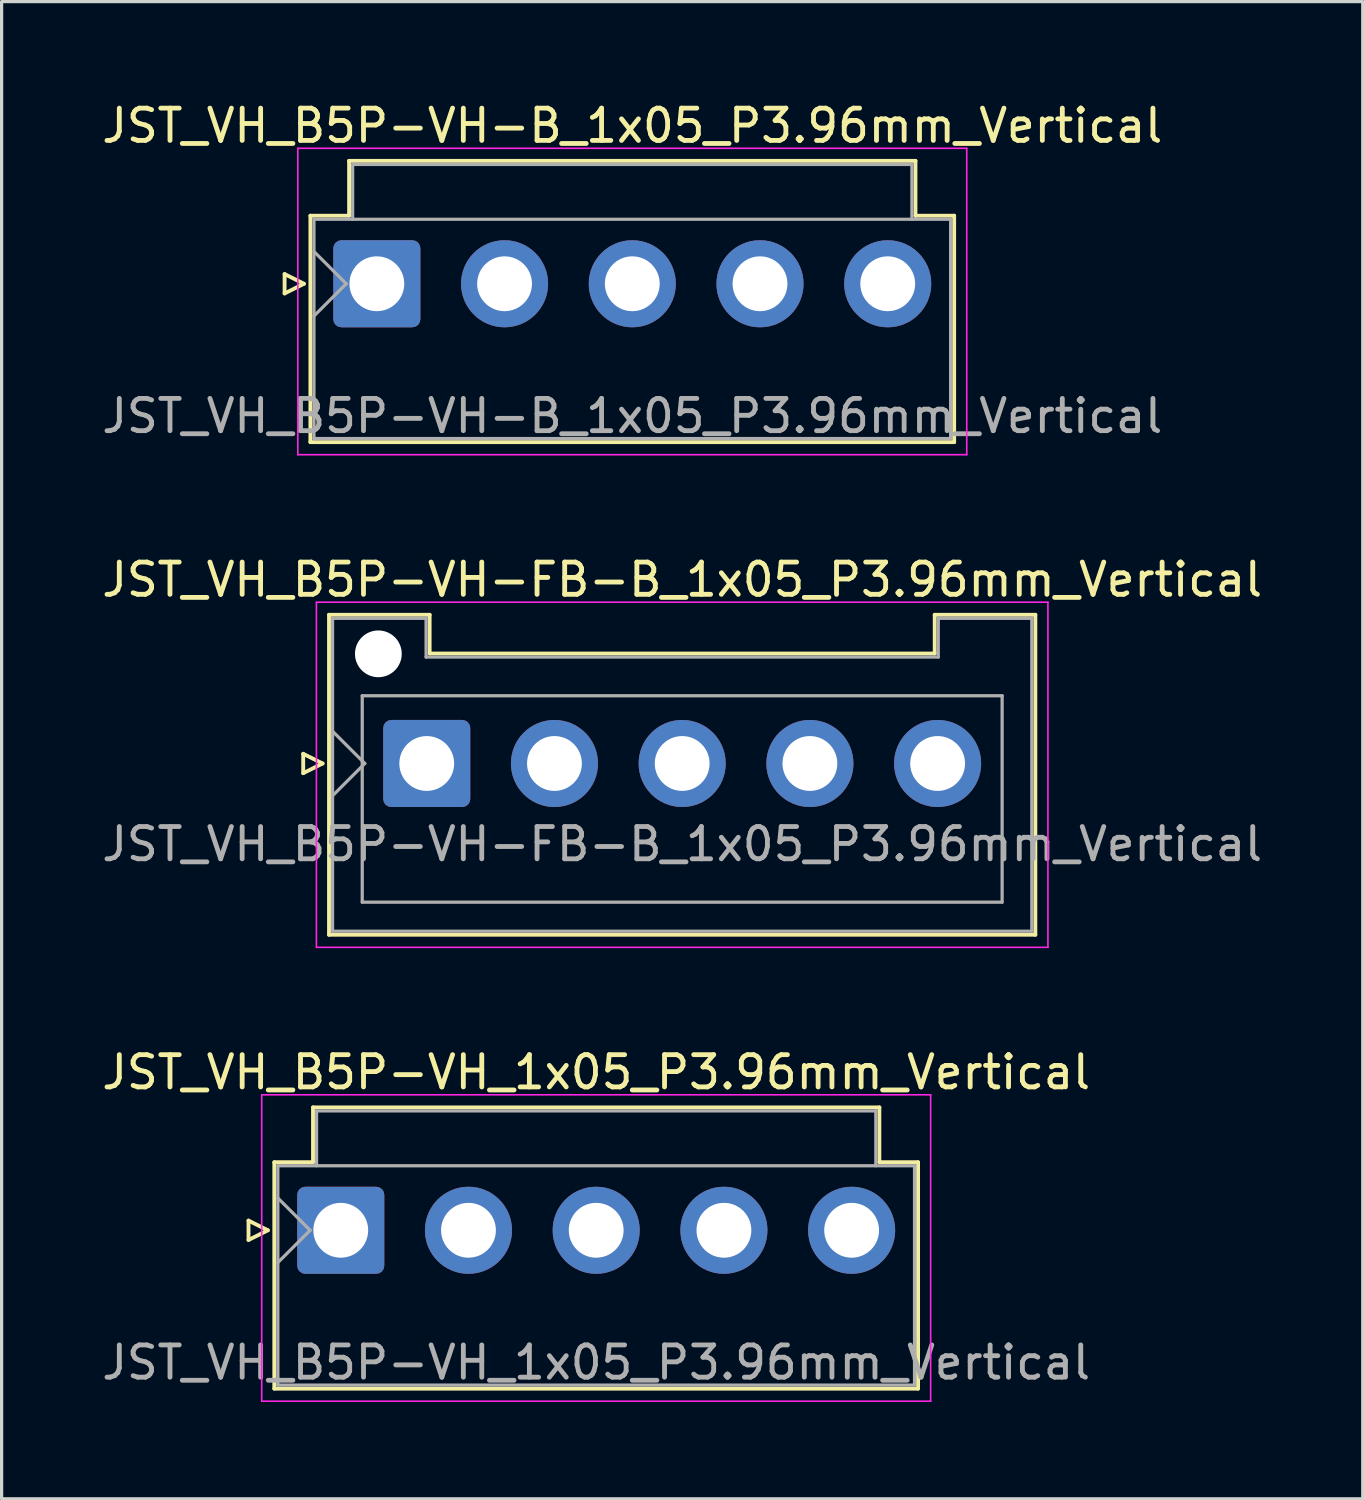
<source format=kicad_pcb>
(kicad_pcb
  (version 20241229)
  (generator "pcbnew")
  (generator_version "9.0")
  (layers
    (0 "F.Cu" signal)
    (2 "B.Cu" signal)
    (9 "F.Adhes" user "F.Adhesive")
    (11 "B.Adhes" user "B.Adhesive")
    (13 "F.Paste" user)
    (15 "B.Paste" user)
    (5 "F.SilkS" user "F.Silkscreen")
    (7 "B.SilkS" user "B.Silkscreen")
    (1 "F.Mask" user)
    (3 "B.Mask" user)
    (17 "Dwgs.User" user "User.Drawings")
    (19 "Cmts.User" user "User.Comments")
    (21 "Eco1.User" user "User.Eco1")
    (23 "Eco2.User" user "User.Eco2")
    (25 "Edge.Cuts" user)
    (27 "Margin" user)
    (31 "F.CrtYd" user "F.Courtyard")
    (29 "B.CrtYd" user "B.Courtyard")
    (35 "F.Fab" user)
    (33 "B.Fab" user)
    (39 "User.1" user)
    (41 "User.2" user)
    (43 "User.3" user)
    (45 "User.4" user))
  (footprint "JST_VH_B5P-VH_1x05_P3.96mm_Vertical"
    (layer "F.Cu")
    (at 7.515 35.095)
    (property "Reference" "JST_VH_B5P-VH_1x05_P3.96mm_Vertical" (at 7.92 -4.9 0) (layer "F.SilkS") (effects (font (size 1 1) (thickness 0.15))))
    (attr through_hole)
    (fp_line (start -2.86 -0.3) (end -2.26 0) (stroke (width 0.12) (type solid)) (layer "F.SilkS"))
    (fp_line (start -2.86 0.3) (end -2.86 -0.3) (stroke (width 0.12) (type solid)) (layer "F.SilkS"))
    (fp_line (start -2.26 0) (end -2.86 0.3) (stroke (width 0.12) (type solid)) (layer "F.SilkS"))
    (fp_line (start -2.06 -2.11) (end -0.86 -2.11) (stroke (width 0.12) (type solid)) (layer "F.SilkS"))
    (fp_line (start -2.06 4.91) (end -2.06 -2.11) (stroke (width 0.12) (type solid)) (layer "F.SilkS"))
    (fp_line (start -0.86 -3.81) (end 16.7 -3.81) (stroke (width 0.12) (type solid)) (layer "F.SilkS"))
    (fp_line (start -0.86 -2.11) (end -0.86 -3.81) (stroke (width 0.12) (type solid)) (layer "F.SilkS"))
    (fp_line (start 16.7 -3.81) (end 16.7 -2.11) (stroke (width 0.12) (type solid)) (layer "F.SilkS"))
    (fp_line (start 16.7 -2.11) (end 17.9 -2.11) (stroke (width 0.12) (type solid)) (layer "F.SilkS"))
    (fp_line (start 17.9 -2.11) (end 17.9 4.91) (stroke (width 0.12) (type solid)) (layer "F.SilkS"))
    (fp_line (start 17.9 4.91) (end -2.06 4.91) (stroke (width 0.12) (type solid)) (layer "F.SilkS"))
    (fp_line (start -2.45 -4.2) (end -2.45 5.3) (stroke (width 0.05) (type solid)) (layer "F.CrtYd"))
    (fp_line (start -2.45 5.3) (end 18.29 5.3) (stroke (width 0.05) (type solid)) (layer "F.CrtYd"))
    (fp_line (start 18.29 -4.2) (end -2.45 -4.2) (stroke (width 0.05) (type solid)) (layer "F.CrtYd"))
    (fp_line (start 18.29 5.3) (end 18.29 -4.2) (stroke (width 0.05) (type solid)) (layer "F.CrtYd"))
    (fp_line (start -1.95 -2) (end -1.95 4.8) (stroke (width 0.1) (type solid)) (layer "F.Fab"))
    (fp_line (start -1.95 -1) (end -0.95 0) (stroke (width 0.1) (type solid)) (layer "F.Fab"))
    (fp_line (start -1.95 1) (end -0.95 0) (stroke (width 0.1) (type solid)) (layer "F.Fab"))
    (fp_line (start -1.95 4.8) (end 17.79 4.8) (stroke (width 0.1) (type solid)) (layer "F.Fab"))
    (fp_line (start -0.75 -3.7) (end 16.59 -3.7) (stroke (width 0.1) (type solid)) (layer "F.Fab"))
    (fp_line (start -0.75 -2) (end -0.75 -3.7) (stroke (width 0.1) (type solid)) (layer "F.Fab"))
    (fp_line (start 16.59 -3.7) (end 16.59 -2) (stroke (width 0.1) (type solid)) (layer "F.Fab"))
    (fp_line (start 17.79 -2) (end -1.95 -2) (stroke (width 0.1) (type solid)) (layer "F.Fab"))
    (fp_line (start 17.79 4.8) (end 17.79 -2) (stroke (width 0.1) (type solid)) (layer "F.Fab"))
    (fp_text user "${REFERENCE}" (at 7.92 4.1 0) (layer "F.Fab") (effects (font (size 1 1) (thickness 0.15))))
    (pad "1" thru_hole roundrect (at 0 0) (size 2.7 2.7) (drill 1.7) (layers "*.Cu" "*.Mask") (roundrect_rratio 0.093))
    (pad "2" thru_hole circle (at 3.96 0) (size 2.7 2.7) (drill 1.7) (layers "*.Cu" "*.Mask"))
    (pad "3" thru_hole circle (at 7.92 0) (size 2.7 2.7) (drill 1.7) (layers "*.Cu" "*.Mask"))
    (pad "4" thru_hole circle (at 11.88 0) (size 2.7 2.7) (drill 1.7) (layers "*.Cu" "*.Mask"))
    (pad "5" thru_hole circle (at 15.84 0) (size 2.7 2.7) (drill 1.7) (layers "*.Cu" "*.Mask")))
  (footprint "JST_VH_B5P-VH-FB-B_1x05_P3.96mm_Vertical"
    (layer "F.Cu")
    (at 10.181 20.622)
    (property "Reference" "JST_VH_B5P-VH-FB-B_1x05_P3.96mm_Vertical" (at 7.92 -5.7 0) (layer "F.SilkS") (effects (font (size 1 1) (thickness 0.15))))
    (attr through_hole)
    (fp_line (start -3.83 -0.3) (end -3.23 0) (stroke (width 0.12) (type solid)) (layer "F.SilkS"))
    (fp_line (start -3.83 0.3) (end -3.83 -0.3) (stroke (width 0.12) (type solid)) (layer "F.SilkS"))
    (fp_line (start -3.23 0) (end -3.83 0.3) (stroke (width 0.12) (type solid)) (layer "F.SilkS"))
    (fp_line (start -3.03 -4.61) (end 0.09 -4.61) (stroke (width 0.12) (type solid)) (layer "F.SilkS"))
    (fp_line (start -3.03 5.31) (end -3.03 -4.61) (stroke (width 0.12) (type solid)) (layer "F.SilkS"))
    (fp_line (start 0.09 -4.61) (end 0.09 -3.41) (stroke (width 0.12) (type solid)) (layer "F.SilkS"))
    (fp_line (start 0.09 -3.41) (end 15.75 -3.41) (stroke (width 0.12) (type solid)) (layer "F.SilkS"))
    (fp_line (start 15.75 -4.61) (end 18.87 -4.61) (stroke (width 0.12) (type solid)) (layer "F.SilkS"))
    (fp_line (start 15.75 -3.41) (end 15.75 -4.61) (stroke (width 0.12) (type solid)) (layer "F.SilkS"))
    (fp_line (start 18.87 -4.61) (end 18.87 5.31) (stroke (width 0.12) (type solid)) (layer "F.SilkS"))
    (fp_line (start 18.87 5.31) (end -3.03 5.31) (stroke (width 0.12) (type solid)) (layer "F.SilkS"))
    (fp_line (start -3.42 -5) (end -3.42 5.7) (stroke (width 0.05) (type solid)) (layer "F.CrtYd"))
    (fp_line (start -3.42 5.7) (end 19.26 5.7) (stroke (width 0.05) (type solid)) (layer "F.CrtYd"))
    (fp_line (start 19.26 -5) (end -3.42 -5) (stroke (width 0.05) (type solid)) (layer "F.CrtYd"))
    (fp_line (start 19.26 5.7) (end 19.26 -5) (stroke (width 0.05) (type solid)) (layer "F.CrtYd"))
    (fp_line (start -2.92 -4.5) (end -0.02 -4.5) (stroke (width 0.1) (type solid)) (layer "F.Fab"))
    (fp_line (start -2.92 -1) (end -1.92 0) (stroke (width 0.1) (type solid)) (layer "F.Fab"))
    (fp_line (start -2.92 1) (end -1.92 0) (stroke (width 0.1) (type solid)) (layer "F.Fab"))
    (fp_line (start -2.92 5.2) (end -2.92 -4.5) (stroke (width 0.1) (type solid)) (layer "F.Fab"))
    (fp_line (start -2 -2.1) (end 17.84 -2.1) (stroke (width 0.1) (type solid)) (layer "F.Fab"))
    (fp_line (start -2 4.3) (end -2 -2.1) (stroke (width 0.1) (type solid)) (layer "F.Fab"))
    (fp_line (start -0.02 -4.5) (end -0.02 -3.3) (stroke (width 0.1) (type solid)) (layer "F.Fab"))
    (fp_line (start -0.02 -3.3) (end 15.86 -3.3) (stroke (width 0.1) (type solid)) (layer "F.Fab"))
    (fp_line (start 15.86 -4.5) (end 18.76 -4.5) (stroke (width 0.1) (type solid)) (layer "F.Fab"))
    (fp_line (start 15.86 -3.3) (end 15.86 -4.5) (stroke (width 0.1) (type solid)) (layer "F.Fab"))
    (fp_line (start 17.84 -2.1) (end 17.84 4.3) (stroke (width 0.1) (type solid)) (layer "F.Fab"))
    (fp_line (start 17.84 4.3) (end -2 4.3) (stroke (width 0.1) (type solid)) (layer "F.Fab"))
    (fp_line (start 18.76 -4.5) (end 18.76 5.2) (stroke (width 0.1) (type solid)) (layer "F.Fab"))
    (fp_line (start 18.76 5.2) (end -2.92 5.2) (stroke (width 0.1) (type solid)) (layer "F.Fab"))
    (fp_text user "${REFERENCE}" (at 7.92 2.5 0) (layer "F.Fab") (effects (font (size 1 1) (thickness 0.15))))
    (pad "" np_thru_hole circle (at -1.5 -3.4) (size 1.45 1.45) (drill 1.45) (layers "*.Cu" "*.Mask"))
    (pad "1" thru_hole roundrect (at 0 0) (size 2.7 2.7) (drill 1.7) (layers "*.Cu" "*.Mask") (roundrect_rratio 0.093))
    (pad "2" thru_hole circle (at 3.96 0) (size 2.7 2.7) (drill 1.7) (layers "*.Cu" "*.Mask"))
    (pad "3" thru_hole circle (at 7.92 0) (size 2.7 2.7) (drill 1.7) (layers "*.Cu" "*.Mask"))
    (pad "4" thru_hole circle (at 11.88 0) (size 2.7 2.7) (drill 1.7) (layers "*.Cu" "*.Mask"))
    (pad "5" thru_hole circle (at 15.84 0) (size 2.7 2.7) (drill 1.7) (layers "*.Cu" "*.Mask")))
  (footprint "JST_VH_B5P-VH-B_1x05_P3.96mm_Vertical"
    (layer "F.Cu")
    (at 8.634 5.748)
    (property "Reference" "JST_VH_B5P-VH-B_1x05_P3.96mm_Vertical" (at 7.92 -4.9 0) (layer "F.SilkS") (effects (font (size 1 1) (thickness 0.15))))
    (attr through_hole)
    (fp_line (start -2.86 -0.3) (end -2.26 0) (stroke (width 0.12) (type solid)) (layer "F.SilkS"))
    (fp_line (start -2.86 0.3) (end -2.86 -0.3) (stroke (width 0.12) (type solid)) (layer "F.SilkS"))
    (fp_line (start -2.26 0) (end -2.86 0.3) (stroke (width 0.12) (type solid)) (layer "F.SilkS"))
    (fp_line (start -2.06 -2.11) (end -0.86 -2.11) (stroke (width 0.12) (type solid)) (layer "F.SilkS"))
    (fp_line (start -2.06 4.91) (end -2.06 -2.11) (stroke (width 0.12) (type solid)) (layer "F.SilkS"))
    (fp_line (start -0.86 -3.81) (end 16.7 -3.81) (stroke (width 0.12) (type solid)) (layer "F.SilkS"))
    (fp_line (start -0.86 -2.11) (end -0.86 -3.81) (stroke (width 0.12) (type solid)) (layer "F.SilkS"))
    (fp_line (start 16.7 -3.81) (end 16.7 -2.11) (stroke (width 0.12) (type solid)) (layer "F.SilkS"))
    (fp_line (start 16.7 -2.11) (end 17.9 -2.11) (stroke (width 0.12) (type solid)) (layer "F.SilkS"))
    (fp_line (start 17.9 -2.11) (end 17.9 4.91) (stroke (width 0.12) (type solid)) (layer "F.SilkS"))
    (fp_line (start 17.9 4.91) (end -2.06 4.91) (stroke (width 0.12) (type solid)) (layer "F.SilkS"))
    (fp_line (start -2.45 -4.2) (end -2.45 5.3) (stroke (width 0.05) (type solid)) (layer "F.CrtYd"))
    (fp_line (start -2.45 5.3) (end 18.29 5.3) (stroke (width 0.05) (type solid)) (layer "F.CrtYd"))
    (fp_line (start 18.29 -4.2) (end -2.45 -4.2) (stroke (width 0.05) (type solid)) (layer "F.CrtYd"))
    (fp_line (start 18.29 5.3) (end 18.29 -4.2) (stroke (width 0.05) (type solid)) (layer "F.CrtYd"))
    (fp_line (start -1.95 -2) (end -1.95 4.8) (stroke (width 0.1) (type solid)) (layer "F.Fab"))
    (fp_line (start -1.95 -1) (end -0.95 0) (stroke (width 0.1) (type solid)) (layer "F.Fab"))
    (fp_line (start -1.95 1) (end -0.95 0) (stroke (width 0.1) (type solid)) (layer "F.Fab"))
    (fp_line (start -1.95 4.8) (end 17.79 4.8) (stroke (width 0.1) (type solid)) (layer "F.Fab"))
    (fp_line (start -0.75 -3.7) (end 16.59 -3.7) (stroke (width 0.1) (type solid)) (layer "F.Fab"))
    (fp_line (start -0.75 -2) (end -0.75 -3.7) (stroke (width 0.1) (type solid)) (layer "F.Fab"))
    (fp_line (start 16.59 -3.7) (end 16.59 -2) (stroke (width 0.1) (type solid)) (layer "F.Fab"))
    (fp_line (start 17.79 -2) (end -1.95 -2) (stroke (width 0.1) (type solid)) (layer "F.Fab"))
    (fp_line (start 17.79 4.8) (end 17.79 -2) (stroke (width 0.1) (type solid)) (layer "F.Fab"))
    (fp_text user "${REFERENCE}" (at 7.92 4.1 0) (layer "F.Fab") (effects (font (size 1 1) (thickness 0.15))))
    (pad "1" thru_hole roundrect (at 0 0) (size 2.7 2.7) (drill 1.7) (layers "*.Cu" "*.Mask") (roundrect_rratio 0.093))
    (pad "2" thru_hole circle (at 3.96 0) (size 2.7 2.7) (drill 1.7) (layers "*.Cu" "*.Mask"))
    (pad "3" thru_hole circle (at 7.92 0) (size 2.7 2.7) (drill 1.7) (layers "*.Cu" "*.Mask"))
    (pad "4" thru_hole circle (at 11.88 0) (size 2.7 2.7) (drill 1.7) (layers "*.Cu" "*.Mask"))
    (pad "5" thru_hole circle (at 15.84 0) (size 2.7 2.7) (drill 1.7) (layers "*.Cu" "*.Mask")))
  (gr_rect
    (start -3 -3)
    (end 39.202 43.42)
    (stroke (width 0.1) (type default))
    (fill no)
    (layer "Edge.Cuts")))
</source>
